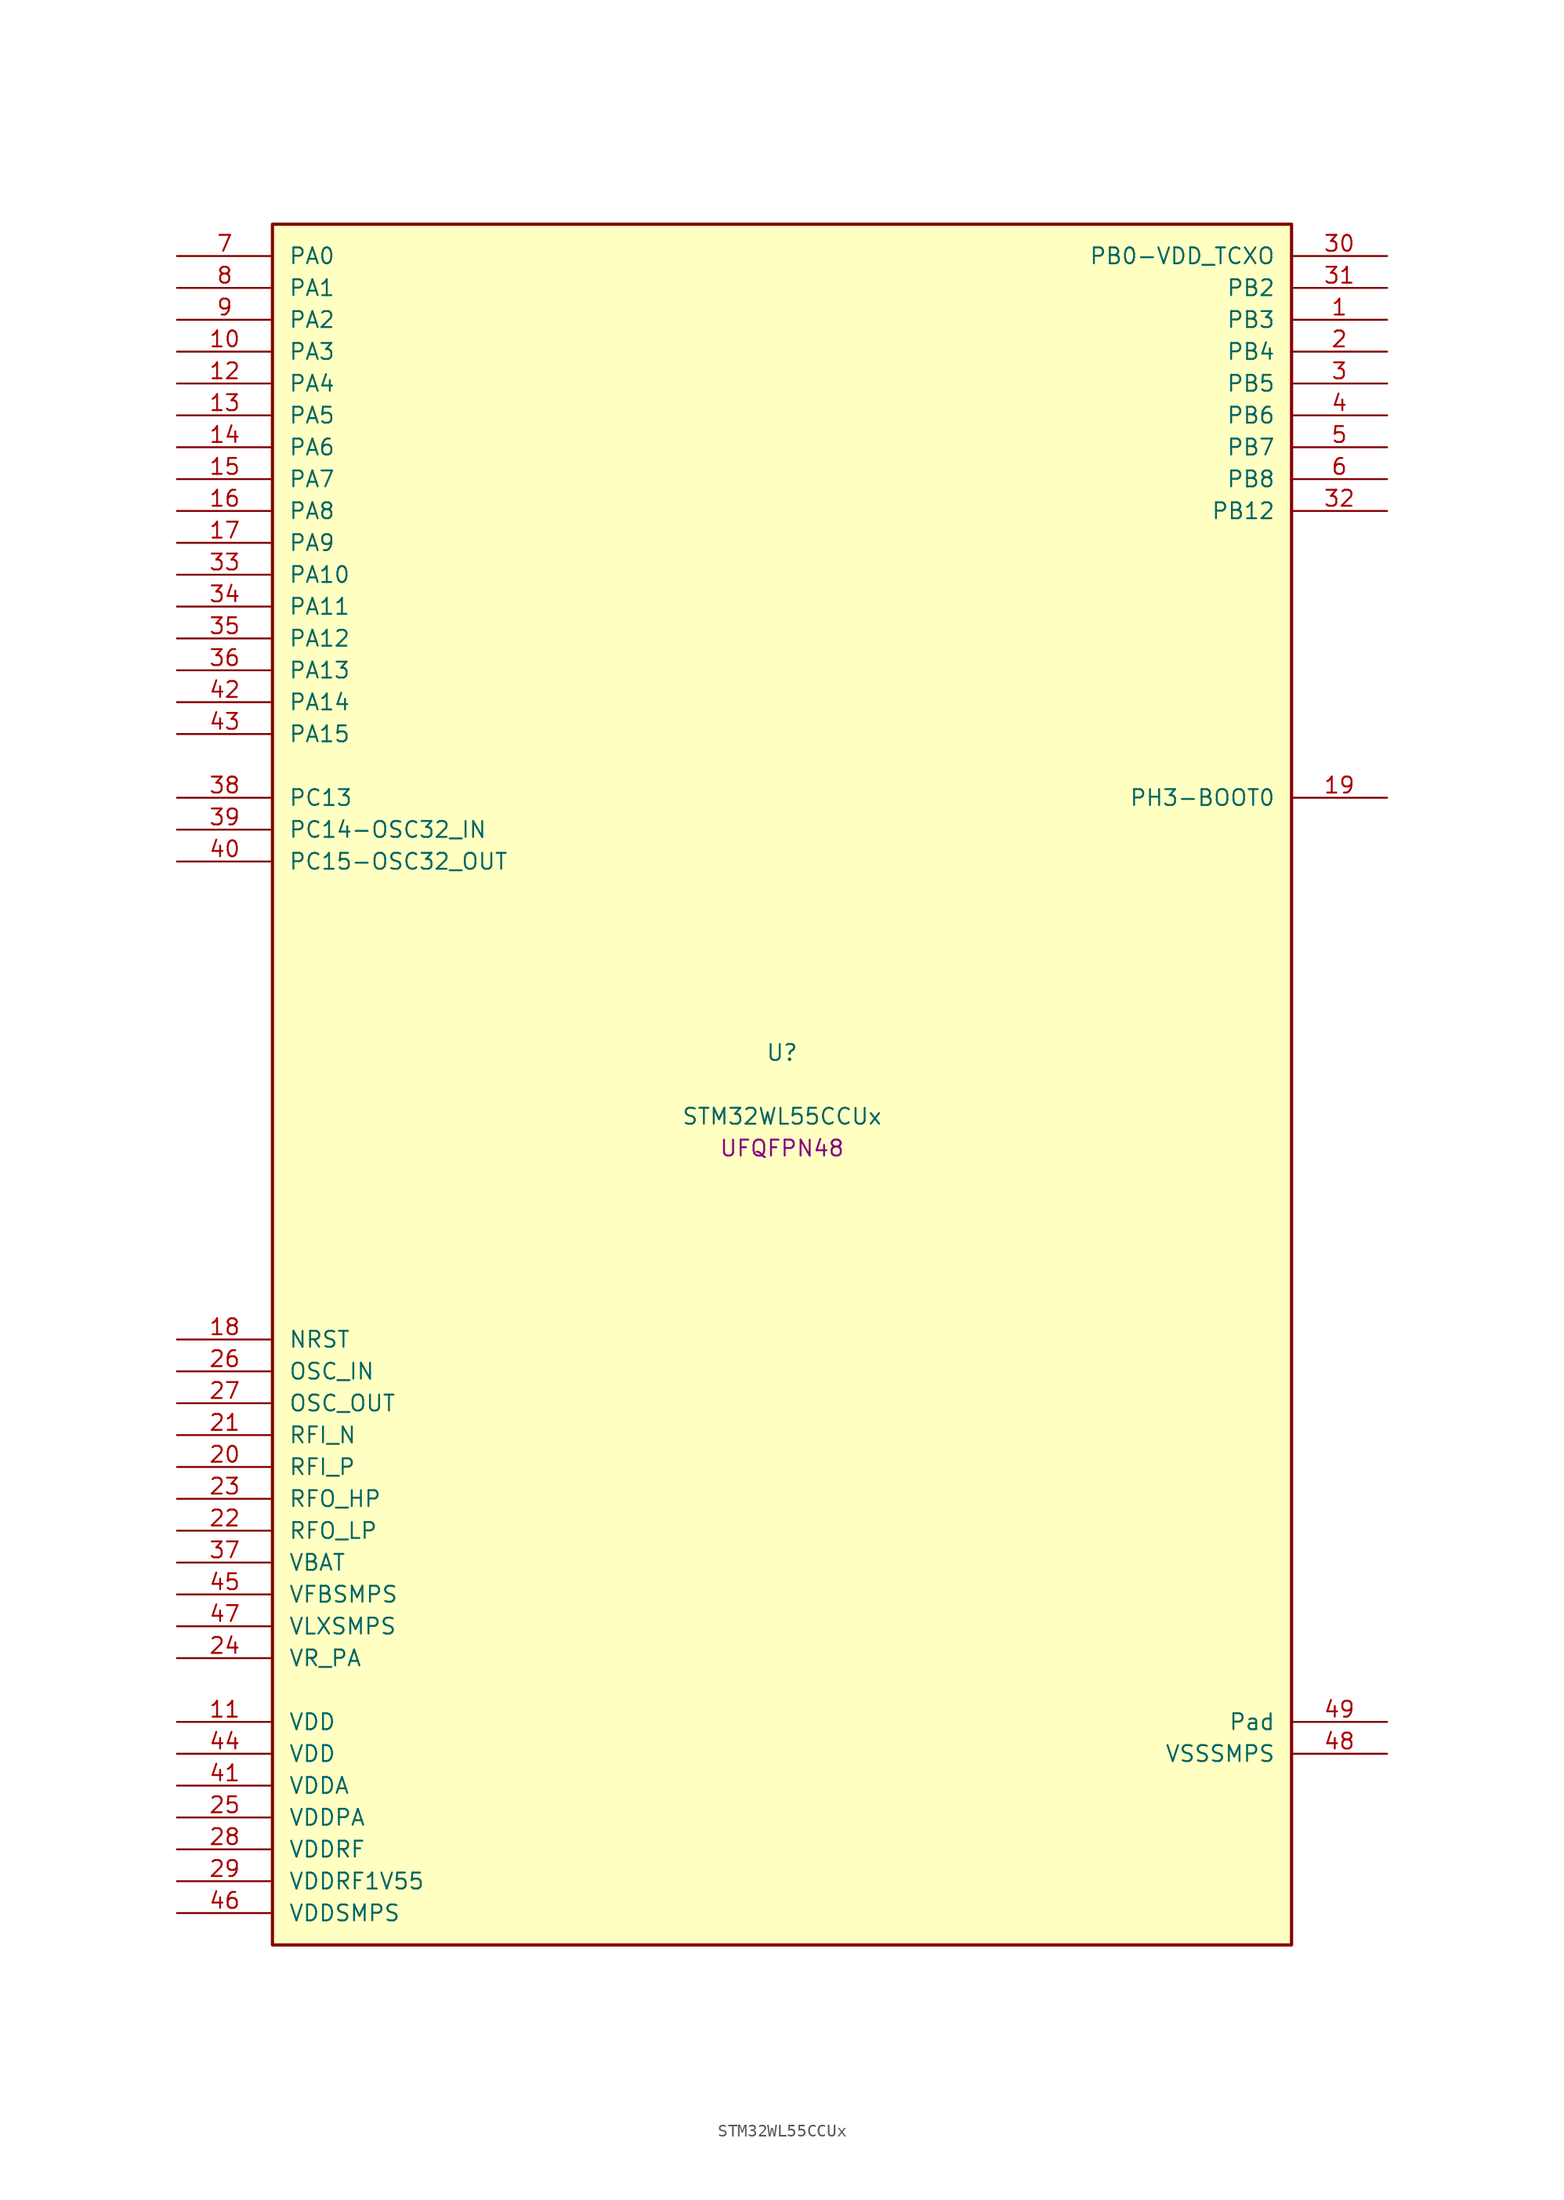
<source format=kicad_sym>
(kicad_symbol_lib
  (version 20241209)
  (generator "stm32_pkl_generator")
  (generator_version "1.0")
  (symbol "STM32WL55CCUx"
    (pin_names
      (offset 1.27))
    (property "Reference" "U"
      (at 0 2.54 0))
    (property "Value" "STM32WL55CCUx"
      (at 0 -2.54 0))
    (property "Footprint" "UFQFPN48"
      (at 0 -5.08 0))
    (symbol "STM32WL55CCUx_1_1"
      (rectangle (start -40.64 68.58) (end 40.64 -68.58) (stroke (width 0.254) (type solid)) (fill (type background)))
      (pin bidirectional line (at -48.26 66.04 0) (length 7.62) (name "PA0") (number "7") (alternate "PA0/COMP1_OUT" bidirectional line) (alternate "PA0/DEBUG_PWR-REGLP1S" bidirectional line) (alternate "PA0/I2C3_SMBA" bidirectional line) (alternate "PA0/I2S_CKIN" bidirectional line) (alternate "PA0/PWR_WKUP1" bidirectional line) (alternate "PA0/RTC_TAMP_IN2" bidirectional line) (alternate "PA0/TIM2_CH1" bidirectional line) (alternate "PA0/TIM2_ETR" bidirectional line) (alternate "PA0/USART2_CTS" bidirectional line) (alternate "PA0/USART2_NSS" bidirectional line))
      (pin bidirectional line (at -48.26 63.5 0) (length 7.62) (name "PA1") (number "8") (alternate "PA1/DEBUG_PWR-REGLP2S" bidirectional line) (alternate "PA1/I2C1_SMBA" bidirectional line) (alternate "PA1/LPTIM3_OUT" bidirectional line) (alternate "PA1/LPUART1_RTS" bidirectional line) (alternate "PA1/SPI1_SCK" bidirectional line) (alternate "PA1/TIM2_CH2" bidirectional line) (alternate "PA1/USART2_DE" bidirectional line) (alternate "PA1/USART2_RTS" bidirectional line))
      (pin bidirectional line (at -48.26 60.96 0) (length 7.62) (name "PA2") (number "9") (alternate "PA2/COMP2_OUT" bidirectional line) (alternate "PA2/DEBUG_PWR-LDORDY" bidirectional line) (alternate "PA2/LPUART1_TX" bidirectional line) (alternate "PA2/RCC_LSCO" bidirectional line) (alternate "PA2/TIM2_CH3" bidirectional line) (alternate "PA2/USART2_TX" bidirectional line))
      (pin bidirectional line (at -48.26 58.42 0) (length 7.62) (name "PA3") (number "10") (alternate "PA3/I2S2_MCK" bidirectional line) (alternate "PA3/LPUART1_RX" bidirectional line) (alternate "PA3/TIM2_CH4" bidirectional line) (alternate "PA3/USART2_RX" bidirectional line))
      (pin bidirectional line (at -48.26 55.88 0) (length 7.62) (name "PA4") (number "12") (alternate "PA4/DEBUG_SUBGHZSPI-NSSOUT" bidirectional line) (alternate "PA4/LPTIM1_OUT" bidirectional line) (alternate "PA4/LPTIM2_OUT" bidirectional line) (alternate "PA4/RTC_OUT2" bidirectional line) (alternate "PA4/SPI1_NSS" bidirectional line) (alternate "PA4/USART2_CK" bidirectional line))
      (pin bidirectional line (at -48.26 53.34 0) (length 7.62) (name "PA5") (number "13") (alternate "PA5/DEBUG_SUBGHZSPI-SCKOUT" bidirectional line) (alternate "PA5/LPTIM2_ETR" bidirectional line) (alternate "PA5/SPI1_SCK" bidirectional line) (alternate "PA5/SPI2_MISO" bidirectional line) (alternate "PA5/TIM2_CH1" bidirectional line) (alternate "PA5/TIM2_ETR" bidirectional line))
      (pin bidirectional line (at -48.26 50.8 0) (length 7.62) (name "PA6") (number "14") (alternate "PA6/DEBUG_SUBGHZSPI-MISOOUT" bidirectional line) (alternate "PA6/I2C2_SMBA" bidirectional line) (alternate "PA6/LPUART1_CTS" bidirectional line) (alternate "PA6/SPI1_MISO" bidirectional line) (alternate "PA6/TIM16_CH1" bidirectional line) (alternate "PA6/TIM1_BKIN" bidirectional line))
      (pin bidirectional line (at -48.26 48.26 0) (length 7.62) (name "PA7") (number "15") (alternate "PA7/COMP2_OUT" bidirectional line) (alternate "PA7/DEBUG_SUBGHZSPI-MOSIOUT" bidirectional line) (alternate "PA7/I2C3_SCL" bidirectional line) (alternate "PA7/SPI1_MOSI" bidirectional line) (alternate "PA7/TIM17_CH1" bidirectional line) (alternate "PA7/TIM1_CH1N" bidirectional line))
      (pin bidirectional line (at -48.26 45.72 0) (length 7.62) (name "PA8") (number "16") (alternate "PA8/I2S2_CK" bidirectional line) (alternate "PA8/LPTIM2_OUT" bidirectional line) (alternate "PA8/RCC_MCO" bidirectional line) (alternate "PA8/SPI2_SCK" bidirectional line) (alternate "PA8/TIM1_CH1" bidirectional line) (alternate "PA8/USART1_CK" bidirectional line))
      (pin bidirectional line (at -48.26 43.18 0) (length 7.62) (name "PA9") (number "17") (alternate "PA9/DAC_EXTI9" bidirectional line) (alternate "PA9/I2C1_SCL" bidirectional line) (alternate "PA9/I2S2_CK" bidirectional line) (alternate "PA9/I2S2_WS" bidirectional line) (alternate "PA9/SPI2_NSS" bidirectional line) (alternate "PA9/SPI2_SCK" bidirectional line) (alternate "PA9/TIM1_CH2" bidirectional line) (alternate "PA9/USART1_TX" bidirectional line))
      (pin bidirectional line (at -48.26 40.64 0) (length 7.62) (name "PA10") (number "33") (alternate "PA10/ADC_IN6" bidirectional line) (alternate "PA10/COMP1_INM" bidirectional line) (alternate "PA10/COMP2_INM" bidirectional line) (alternate "PA10/DAC_OUT1" bidirectional line) (alternate "PA10/DEBUG_RF-HSE32RDY" bidirectional line) (alternate "PA10/I2C1_SDA" bidirectional line) (alternate "PA10/I2S2_SD" bidirectional line) (alternate "PA10/RTC_REFIN" bidirectional line) (alternate "PA10/SPI2_MOSI" bidirectional line) (alternate "PA10/TIM17_BKIN" bidirectional line) (alternate "PA10/TIM1_CH3" bidirectional line) (alternate "PA10/USART1_RX" bidirectional line))
      (pin bidirectional line (at -48.26 38.1 0) (length 7.62) (name "PA11") (number "34") (alternate "PA11/ADC_EXTI11" bidirectional line) (alternate "PA11/ADC_IN7" bidirectional line) (alternate "PA11/COMP1_INM" bidirectional line) (alternate "PA11/COMP2_INM" bidirectional line) (alternate "PA11/DEBUG_RF-NRESET" bidirectional line) (alternate "PA11/I2C2_SDA" bidirectional line) (alternate "PA11/LPTIM3_ETR" bidirectional line) (alternate "PA11/SPI1_MISO" bidirectional line) (alternate "PA11/TIM1_BKIN2" bidirectional line) (alternate "PA11/TIM1_CH4" bidirectional line) (alternate "PA11/USART1_CTS" bidirectional line) (alternate "PA11/USART1_NSS" bidirectional line))
      (pin bidirectional line (at -48.26 35.56 0) (length 7.62) (name "PA12") (number "35") (alternate "PA12/ADC_IN8" bidirectional line) (alternate "PA12/DEBUG_RF-BUSY" bidirectional line) (alternate "PA12/I2C2_SCL" bidirectional line) (alternate "PA12/LPTIM3_IN1" bidirectional line) (alternate "PA12/SPI1_MOSI" bidirectional line) (alternate "PA12/TIM1_ETR" bidirectional line) (alternate "PA12/USART1_DE" bidirectional line) (alternate "PA12/USART1_RTS" bidirectional line))
      (pin bidirectional line (at -48.26 33.02 0) (length 7.62) (name "PA13") (number "36") (alternate "PA13/ADC_IN9" bidirectional line) (alternate "PA13/DEBUG_JTMS-SWDIO" bidirectional line) (alternate "PA13/I2C2_SMBA" bidirectional line) (alternate "PA13/IR_OUT" bidirectional line))
      (pin bidirectional line (at -48.26 30.48 0) (length 7.62) (name "PA14") (number "42") (alternate "PA14/ADC_IN10" bidirectional line) (alternate "PA14/DEBUG_JTCK-SWCLK" bidirectional line) (alternate "PA14/I2C1_SMBA" bidirectional line) (alternate "PA14/LPTIM1_OUT" bidirectional line))
      (pin bidirectional line (at -48.26 27.94 0) (length 7.62) (name "PA15") (number "43") (alternate "PA15/ADC_IN11" bidirectional line) (alternate "PA15/COMP1_INM" bidirectional line) (alternate "PA15/COMP2_INP" bidirectional line) (alternate "PA15/DEBUG_JTDI" bidirectional line) (alternate "PA15/I2C2_SDA" bidirectional line) (alternate "PA15/SPI1_NSS" bidirectional line) (alternate "PA15/TIM2_CH1" bidirectional line) (alternate "PA15/TIM2_ETR" bidirectional line))
      (pin bidirectional line (at 48.26 66.04 180) (length 7.62) (name "PB0-VDD_TCXO") (number "30") (alternate "PB0-VDD_TCXO/COMP1_OUT" bidirectional line) (alternate "PB0-VDD_TCXO/VDDTCXO" bidirectional line))
      (pin bidirectional line (at 48.26 63.5 180) (length 7.62) (name "PB2") (number "31") (alternate "PB2/ADC_IN4" bidirectional line) (alternate "PB2/COMP1_INP" bidirectional line) (alternate "PB2/COMP2_INM" bidirectional line) (alternate "PB2/DEBUG_RF-SMPSRDY" bidirectional line) (alternate "PB2/I2C3_SMBA" bidirectional line) (alternate "PB2/LPTIM1_OUT" bidirectional line) (alternate "PB2/SPI1_NSS" bidirectional line))
      (pin bidirectional line (at 48.26 60.96 180) (length 7.62) (name "PB3") (number "1") (alternate "PB3/ADC_IN2" bidirectional line) (alternate "PB3/COMP1_INM" bidirectional line) (alternate "PB3/COMP2_INM" bidirectional line) (alternate "PB3/DEBUG_JTDO-SWO" bidirectional line) (alternate "PB3/DEBUG_RF-DTB1" bidirectional line) (alternate "PB3/PWR_WKUP3" bidirectional line) (alternate "PB3/RTC_TAMP_IN3" bidirectional line) (alternate "PB3/SPI1_SCK" bidirectional line) (alternate "PB3/TIM2_CH2" bidirectional line) (alternate "PB3/USART1_DE" bidirectional line) (alternate "PB3/USART1_RTS" bidirectional line))
      (pin bidirectional line (at 48.26 58.42 180) (length 7.62) (name "PB4") (number "2") (alternate "PB4/ADC_IN3" bidirectional line) (alternate "PB4/COMP1_INP" bidirectional line) (alternate "PB4/COMP2_INP" bidirectional line) (alternate "PB4/DEBUG_JTRST" bidirectional line) (alternate "PB4/DEBUG_RF-LDORDY" bidirectional line) (alternate "PB4/I2C3_SDA" bidirectional line) (alternate "PB4/SPI1_MISO" bidirectional line) (alternate "PB4/TIM17_BKIN" bidirectional line) (alternate "PB4/USART1_CTS" bidirectional line) (alternate "PB4/USART1_NSS" bidirectional line))
      (pin bidirectional line (at 48.26 55.88 180) (length 7.62) (name "PB5") (number "3") (alternate "PB5/COMP2_OUT" bidirectional line) (alternate "PB5/I2C1_SMBA" bidirectional line) (alternate "PB5/LPTIM1_IN1" bidirectional line) (alternate "PB5/SPI1_MOSI" bidirectional line) (alternate "PB5/TIM16_BKIN" bidirectional line) (alternate "PB5/USART1_CK" bidirectional line))
      (pin bidirectional line (at 48.26 53.34 180) (length 7.62) (name "PB6") (number "4") (alternate "PB6/I2C1_SCL" bidirectional line) (alternate "PB6/LPTIM1_ETR" bidirectional line) (alternate "PB6/TIM16_CH1N" bidirectional line) (alternate "PB6/USART1_TX" bidirectional line))
      (pin bidirectional line (at 48.26 50.8 180) (length 7.62) (name "PB7") (number "5") (alternate "PB7/I2C1_SDA" bidirectional line) (alternate "PB7/LPTIM1_IN2" bidirectional line) (alternate "PB7/PWR_PVD_IN" bidirectional line) (alternate "PB7/TIM17_CH1N" bidirectional line) (alternate "PB7/TIM1_BKIN" bidirectional line) (alternate "PB7/USART1_RX" bidirectional line))
      (pin bidirectional line (at 48.26 48.26 180) (length 7.62) (name "PB8") (number "6") (alternate "PB8/I2C1_SCL" bidirectional line) (alternate "PB8/TIM16_CH1" bidirectional line) (alternate "PB8/TIM1_CH2N" bidirectional line))
      (pin bidirectional line (at 48.26 45.72 180) (length 7.62) (name "PB12") (number "32") (alternate "PB12/I2C3_SMBA" bidirectional line) (alternate "PB12/I2S2_WS" bidirectional line) (alternate "PB12/LPUART1_RTS" bidirectional line) (alternate "PB12/SPI2_NSS" bidirectional line) (alternate "PB12/TIM1_BKIN" bidirectional line))
      (pin bidirectional line (at -48.26 22.86 0) (length 7.62) (name "PC13") (number "38") (alternate "PC13/PWR_WKUP2" bidirectional line) (alternate "PC13/RTC_OUT1" bidirectional line) (alternate "PC13/RTC_TAMP_IN1" bidirectional line) (alternate "PC13/RTC_TS" bidirectional line))
      (pin bidirectional line (at -48.26 20.32 0) (length 7.62) (name "PC14-OSC32_IN") (number "39") (alternate "PC14-OSC32_IN/RCC_OSC32_IN" bidirectional line))
      (pin bidirectional line (at -48.26 17.78 0) (length 7.62) (name "PC15-OSC32_OUT") (number "40") (alternate "PC15-OSC32_OUT/RCC_OSC32_OUT" bidirectional line))
      (pin bidirectional line (at 48.26 22.86 180) (length 7.62) (name "PH3-BOOT0") (number "19"))
      (pin input line (at -48.26 -20.32 0) (length 7.62) (name "NRST") (number "18"))
      (pin bidirectional line (at -48.26 -22.86 0) (length 7.62) (name "OSC_IN") (number "26") (alternate "OSC_IN/RCC_OSC_IN" bidirectional line))
      (pin bidirectional line (at -48.26 -25.4 0) (length 7.62) (name "OSC_OUT") (number "27") (alternate "OSC_OUT/RCC_OSC_OUT" bidirectional line))
      (pin bidirectional line (at -48.26 -27.94 0) (length 7.62) (name "RFI_N") (number "21"))
      (pin bidirectional line (at -48.26 -30.48 0) (length 7.62) (name "RFI_P") (number "20"))
      (pin bidirectional line (at -48.26 -33.02 0) (length 7.62) (name "RFO_HP") (number "23"))
      (pin bidirectional line (at -48.26 -35.56 0) (length 7.62) (name "RFO_LP") (number "22"))
      (pin power_in line (at -48.26 -38.1 0) (length 7.62) (name "VBAT") (number "37"))
      (pin power_in line (at -48.26 -40.64 0) (length 7.62) (name "VFBSMPS") (number "45"))
      (pin power_in line (at -48.26 -43.18 0) (length 7.62) (name "VLXSMPS") (number "47"))
      (pin power_in line (at -48.26 -45.72 0) (length 7.62) (name "VR_PA") (number "24"))
      (pin power_in line (at -48.26 -50.8 0) (length 7.62) (name "VDD") (number "11"))
      (pin power_in line (at -48.26 -53.34 0) (length 7.62) (name "VDD") (number "44"))
      (pin power_in line (at -48.26 -55.88 0) (length 7.62) (name "VDDA") (number "41"))
      (pin power_in line (at -48.26 -58.42 0) (length 7.62) (name "VDDPA") (number "25"))
      (pin power_in line (at -48.26 -60.96 0) (length 7.62) (name "VDDRF") (number "28"))
      (pin power_in line (at -48.26 -63.5 0) (length 7.62) (name "VDDRF1V55") (number "29"))
      (pin power_in line (at -48.26 -66.04 0) (length 7.62) (name "VDDSMPS") (number "46"))
      (pin passive line (at 48.26 -50.8 180) (length 7.62) (name "Pad") (number "49"))
      (pin power_in line (at 48.26 -53.34 180) (length 7.62) (name "VSSSMPS") (number "48")))))
</source>
